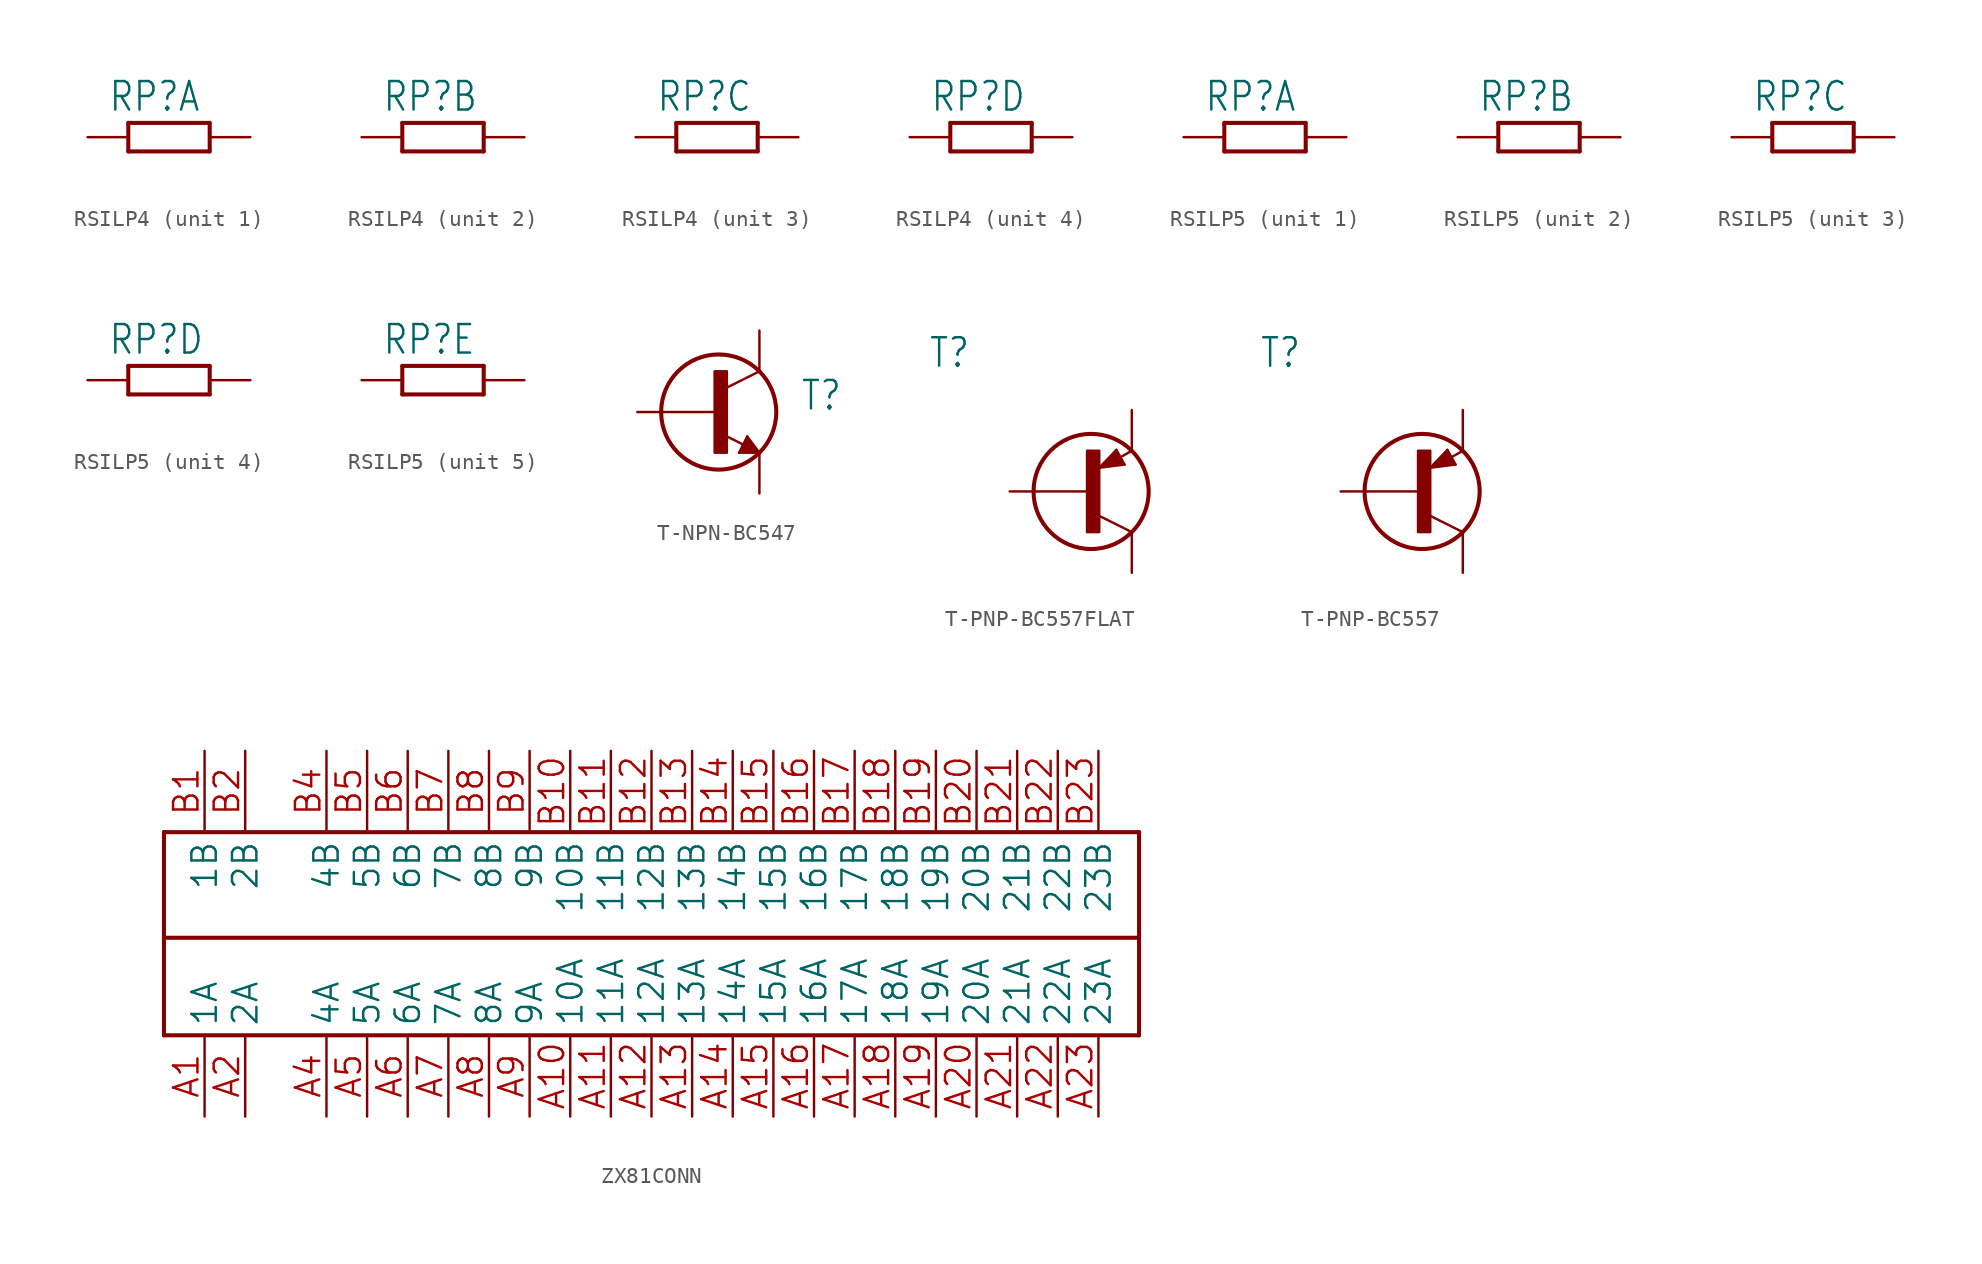
<source format=kicad_sym>
(kicad_symbol_lib
  (version 20241209)
  (generator "kicad_symbol_editor")
  (generator_version "9.0")
  (symbol "RSILP4"
    (property "Reference" "RP"
      (at -3.81 1.499 0)
      (effects (font (size 1.778 1.511)) (justify left bottom)))
    (property "Value" ""
      (at -3.81 -3.302 0)
      (effects (font (size 1.778 1.511)) (justify left bottom)))
    (property "ki_locked" ""
      (at 0 0 0)
      (effects (font (size 1.27 1.27))))
    (symbol "RSILP4_1_0"
      (polyline (pts (xy -2.54 -0.889) (xy -2.54 0.889)) (stroke (width 0.254) (type solid)) (fill (type none)))
      (polyline (pts (xy -2.54 -0.889) (xy 2.54 -0.889)) (stroke (width 0.254) (type solid)) (fill (type none)))
      (polyline (pts (xy 2.54 0.889) (xy -2.54 0.889)) (stroke (width 0.254) (type solid)) (fill (type none)))
      (polyline (pts (xy 2.54 -0.889) (xy 2.54 0.889)) (stroke (width 0.254) (type solid)) (fill (type none)))
      (pin passive line (at -5.08 0 0) (length 2.54) (name "1" (effects (font (size 0 0)))) (number "1" (effects (font (size 0 0)))))
      (pin passive line (at 5.08 0 180) (length 2.54) (name "2" (effects (font (size 0 0)))) (number "2" (effects (font (size 0 0))))))
    (symbol "RSILP4_2_0"
      (polyline (pts (xy -2.54 -0.889) (xy -2.54 0.889)) (stroke (width 0.254) (type solid)) (fill (type none)))
      (polyline (pts (xy -2.54 -0.889) (xy 2.54 -0.889)) (stroke (width 0.254) (type solid)) (fill (type none)))
      (polyline (pts (xy 2.54 0.889) (xy -2.54 0.889)) (stroke (width 0.254) (type solid)) (fill (type none)))
      (polyline (pts (xy 2.54 -0.889) (xy 2.54 0.889)) (stroke (width 0.254) (type solid)) (fill (type none)))
      (pin passive line (at -5.08 0 0) (length 2.54) (name "1" (effects (font (size 0 0)))) (number "3" (effects (font (size 0 0)))))
      (pin passive line (at 5.08 0 180) (length 2.54) (name "2" (effects (font (size 0 0)))) (number "4" (effects (font (size 0 0))))))
    (symbol "RSILP4_3_0"
      (polyline (pts (xy -2.54 -0.889) (xy -2.54 0.889)) (stroke (width 0.254) (type solid)) (fill (type none)))
      (polyline (pts (xy -2.54 -0.889) (xy 2.54 -0.889)) (stroke (width 0.254) (type solid)) (fill (type none)))
      (polyline (pts (xy 2.54 0.889) (xy -2.54 0.889)) (stroke (width 0.254) (type solid)) (fill (type none)))
      (polyline (pts (xy 2.54 -0.889) (xy 2.54 0.889)) (stroke (width 0.254) (type solid)) (fill (type none)))
      (pin passive line (at -5.08 0 0) (length 2.54) (name "1" (effects (font (size 0 0)))) (number "5" (effects (font (size 0 0)))))
      (pin passive line (at 5.08 0 180) (length 2.54) (name "2" (effects (font (size 0 0)))) (number "6" (effects (font (size 0 0))))))
    (symbol "RSILP4_4_0"
      (polyline (pts (xy -2.54 -0.889) (xy -2.54 0.889)) (stroke (width 0.254) (type solid)) (fill (type none)))
      (polyline (pts (xy -2.54 -0.889) (xy 2.54 -0.889)) (stroke (width 0.254) (type solid)) (fill (type none)))
      (polyline (pts (xy 2.54 0.889) (xy -2.54 0.889)) (stroke (width 0.254) (type solid)) (fill (type none)))
      (polyline (pts (xy 2.54 -0.889) (xy 2.54 0.889)) (stroke (width 0.254) (type solid)) (fill (type none)))
      (pin passive line (at -5.08 0 0) (length 2.54) (name "1" (effects (font (size 0 0)))) (number "7" (effects (font (size 0 0)))))
      (pin passive line (at 5.08 0 180) (length 2.54) (name "2" (effects (font (size 0 0)))) (number "8" (effects (font (size 0 0)))))))
  (symbol "RSILP5"
    (property "Reference" "RP"
      (at -3.81 1.499 0)
      (effects (font (size 1.778 1.511)) (justify left bottom)))
    (property "Value" ""
      (at -3.81 -3.302 0)
      (effects (font (size 1.778 1.511)) (justify left bottom)))
    (property "ki_locked" ""
      (at 0 0 0)
      (effects (font (size 1.27 1.27))))
    (symbol "RSILP5_1_0"
      (polyline (pts (xy -2.54 -0.889) (xy -2.54 0.889)) (stroke (width 0.254) (type solid)) (fill (type none)))
      (polyline (pts (xy -2.54 -0.889) (xy 2.54 -0.889)) (stroke (width 0.254) (type solid)) (fill (type none)))
      (polyline (pts (xy 2.54 0.889) (xy -2.54 0.889)) (stroke (width 0.254) (type solid)) (fill (type none)))
      (polyline (pts (xy 2.54 -0.889) (xy 2.54 0.889)) (stroke (width 0.254) (type solid)) (fill (type none)))
      (pin passive line (at -5.08 0 0) (length 2.54) (name "1" (effects (font (size 0 0)))) (number "1" (effects (font (size 0 0)))))
      (pin passive line (at 5.08 0 180) (length 2.54) (name "2" (effects (font (size 0 0)))) (number "2" (effects (font (size 0 0))))))
    (symbol "RSILP5_2_0"
      (polyline (pts (xy -2.54 -0.889) (xy -2.54 0.889)) (stroke (width 0.254) (type solid)) (fill (type none)))
      (polyline (pts (xy -2.54 -0.889) (xy 2.54 -0.889)) (stroke (width 0.254) (type solid)) (fill (type none)))
      (polyline (pts (xy 2.54 0.889) (xy -2.54 0.889)) (stroke (width 0.254) (type solid)) (fill (type none)))
      (polyline (pts (xy 2.54 -0.889) (xy 2.54 0.889)) (stroke (width 0.254) (type solid)) (fill (type none)))
      (pin passive line (at -5.08 0 0) (length 2.54) (name "1" (effects (font (size 0 0)))) (number "3" (effects (font (size 0 0)))))
      (pin passive line (at 5.08 0 180) (length 2.54) (name "2" (effects (font (size 0 0)))) (number "4" (effects (font (size 0 0))))))
    (symbol "RSILP5_3_0"
      (polyline (pts (xy -2.54 -0.889) (xy -2.54 0.889)) (stroke (width 0.254) (type solid)) (fill (type none)))
      (polyline (pts (xy -2.54 -0.889) (xy 2.54 -0.889)) (stroke (width 0.254) (type solid)) (fill (type none)))
      (polyline (pts (xy 2.54 0.889) (xy -2.54 0.889)) (stroke (width 0.254) (type solid)) (fill (type none)))
      (polyline (pts (xy 2.54 -0.889) (xy 2.54 0.889)) (stroke (width 0.254) (type solid)) (fill (type none)))
      (pin passive line (at -5.08 0 0) (length 2.54) (name "1" (effects (font (size 0 0)))) (number "5" (effects (font (size 0 0)))))
      (pin passive line (at 5.08 0 180) (length 2.54) (name "2" (effects (font (size 0 0)))) (number "6" (effects (font (size 0 0))))))
    (symbol "RSILP5_4_0"
      (polyline (pts (xy -2.54 -0.889) (xy -2.54 0.889)) (stroke (width 0.254) (type solid)) (fill (type none)))
      (polyline (pts (xy -2.54 -0.889) (xy 2.54 -0.889)) (stroke (width 0.254) (type solid)) (fill (type none)))
      (polyline (pts (xy 2.54 0.889) (xy -2.54 0.889)) (stroke (width 0.254) (type solid)) (fill (type none)))
      (polyline (pts (xy 2.54 -0.889) (xy 2.54 0.889)) (stroke (width 0.254) (type solid)) (fill (type none)))
      (pin passive line (at -5.08 0 0) (length 2.54) (name "1" (effects (font (size 0 0)))) (number "7" (effects (font (size 0 0)))))
      (pin passive line (at 5.08 0 180) (length 2.54) (name "2" (effects (font (size 0 0)))) (number "8" (effects (font (size 0 0))))))
    (symbol "RSILP5_5_0"
      (polyline (pts (xy -2.54 -0.889) (xy -2.54 0.889)) (stroke (width 0.254) (type solid)) (fill (type none)))
      (polyline (pts (xy -2.54 -0.889) (xy 2.54 -0.889)) (stroke (width 0.254) (type solid)) (fill (type none)))
      (polyline (pts (xy 2.54 0.889) (xy -2.54 0.889)) (stroke (width 0.254) (type solid)) (fill (type none)))
      (polyline (pts (xy 2.54 -0.889) (xy 2.54 0.889)) (stroke (width 0.254) (type solid)) (fill (type none)))
      (pin passive line (at -5.08 0 0) (length 2.54) (name "1" (effects (font (size 0 0)))) (number "9" (effects (font (size 0 0)))))
      (pin passive line (at 5.08 0 180) (length 2.54) (name "2" (effects (font (size 0 0)))) (number "10" (effects (font (size 0 0)))))))
  (symbol "T-NPN-BC547"
    (property "Reference" "T"
      (at 5.08 0 0)
      (effects (font (size 1.778 1.511)) (justify left bottom)))
    (property "Value" ""
      (at 5.08 -2.54 0)
      (effects (font (size 1.778 1.511)) (justify left bottom)))
    (property "ki_locked" ""
      (at 0 0 0)
      (effects (font (size 1.27 1.27))))
    (symbol "T-NPN-BC547_1_0"
      (rectangle (start -0.254 -2.54) (end 0.508 2.54) (stroke (width 0) (type default)) (fill (type outline)))
      (circle (center 0 0) (radius 3.592) (stroke (width 0.254) (type solid)) (fill (type none)))
      (polyline (pts (xy 1.27 -2.54) (xy 1.778 -1.524)) (stroke (width 0.152) (type solid)) (fill (type none)))
      (polyline (pts (xy 1.524 -2.286) (xy 1.905 -2.286)) (stroke (width 0.254) (type solid)) (fill (type none)))
      (polyline (pts (xy 1.524 -2.413) (xy 2.286 -2.413)) (stroke (width 0.254) (type solid)) (fill (type none)))
      (polyline (pts (xy 1.54 -2.04) (xy 0.308 -1.424)) (stroke (width 0.152) (type solid)) (fill (type none)))
      (polyline (pts (xy 1.778 -1.524) (xy 2.54 -2.54)) (stroke (width 0.152) (type solid)) (fill (type none)))
      (polyline (pts (xy 1.778 -1.778) (xy 1.524 -2.286)) (stroke (width 0.254) (type solid)) (fill (type none)))
      (polyline (pts (xy 1.905 -2.286) (xy 1.778 -2.032)) (stroke (width 0.254) (type solid)) (fill (type none)))
      (polyline (pts (xy 2.286 -2.413) (xy 1.778 -1.778)) (stroke (width 0.254) (type solid)) (fill (type none)))
      (polyline (pts (xy 2.54 2.54) (xy 0.508 1.524)) (stroke (width 0.152) (type solid)) (fill (type none)))
      (polyline (pts (xy 2.54 -2.54) (xy 1.27 -2.54)) (stroke (width 0.152) (type solid)) (fill (type none)))
      (pin passive line (at -5.08 0 0) (length 5.08) (name "B" (effects (font (size 0 0)))) (number "B" (effects (font (size 0 0)))))
      (pin passive line (at 2.54 5.08 270) (length 2.54) (name "C" (effects (font (size 0 0)))) (number "C" (effects (font (size 0 0)))))
      (pin passive line (at 2.54 -5.08 90) (length 2.54) (name "E" (effects (font (size 0 0)))) (number "E" (effects (font (size 0 0)))))))
  (symbol "T-PNP-BC557FLAT"
    (property "Reference" "T"
      (at -10.16 7.62 0)
      (effects (font (size 1.778 1.511)) (justify left bottom)))
    (property "Value" ""
      (at -10.16 5.08 0)
      (effects (font (size 1.778 1.511)) (justify left bottom)))
    (property "ki_locked" ""
      (at 0 0 0)
      (effects (font (size 1.27 1.27))))
    (symbol "T-PNP-BC557FLAT_1_0"
      (rectangle (start -0.254 -2.54) (end 0.508 2.54) (stroke (width 0) (type default)) (fill (type outline)))
      (circle (center 0 0) (radius 3.592) (stroke (width 0.254) (type solid)) (fill (type none)))
      (polyline (pts (xy 0.516 1.478) (xy 2.086 1.678)) (stroke (width 0.152) (type solid)) (fill (type none)))
      (polyline (pts (xy 0.762 1.651) (xy 1.778 1.778)) (stroke (width 0.254) (type solid)) (fill (type none)))
      (polyline (pts (xy 1.143 1.905) (xy 1.524 1.905)) (stroke (width 0.254) (type solid)) (fill (type none)))
      (polyline (pts (xy 1.524 2.413) (xy 0.762 1.651)) (stroke (width 0.254) (type solid)) (fill (type none)))
      (polyline (pts (xy 1.524 2.159) (xy 1.143 1.905)) (stroke (width 0.254) (type solid)) (fill (type none)))
      (polyline (pts (xy 1.578 2.594) (xy 0.516 1.478)) (stroke (width 0.152) (type solid)) (fill (type none)))
      (polyline (pts (xy 1.778 1.778) (xy 1.524 2.159)) (stroke (width 0.254) (type solid)) (fill (type none)))
      (polyline (pts (xy 1.905 1.778) (xy 1.524 2.413)) (stroke (width 0.254) (type solid)) (fill (type none)))
      (polyline (pts (xy 2.086 1.678) (xy 1.578 2.594)) (stroke (width 0.152) (type solid)) (fill (type none)))
      (polyline (pts (xy 2.54 2.54) (xy 1.808 2.124)) (stroke (width 0.152) (type solid)) (fill (type none)))
      (polyline (pts (xy 2.54 -2.54) (xy 0.508 -1.524)) (stroke (width 0.152) (type solid)) (fill (type none)))
      (pin passive line (at -5.08 0 0) (length 5.08) (name "B" (effects (font (size 0 0)))) (number "B" (effects (font (size 0 0)))))
      (pin passive line (at 2.54 5.08 270) (length 2.54) (name "E" (effects (font (size 0 0)))) (number "E" (effects (font (size 0 0)))))
      (pin passive line (at 2.54 -5.08 90) (length 2.54) (name "C" (effects (font (size 0 0)))) (number "C" (effects (font (size 0 0)))))))
  (symbol "T-PNP-BC557"
    (property "Reference" "T"
      (at -10.16 7.62 0)
      (effects (font (size 1.778 1.511)) (justify left bottom)))
    (property "Value" ""
      (at -10.16 5.08 0)
      (effects (font (size 1.778 1.511)) (justify left bottom)))
    (property "ki_locked" ""
      (at 0 0 0)
      (effects (font (size 1.27 1.27))))
    (symbol "T-PNP-BC557_1_0"
      (rectangle (start -0.254 -2.54) (end 0.508 2.54) (stroke (width 0) (type default)) (fill (type outline)))
      (circle (center 0 0) (radius 3.592) (stroke (width 0.254) (type solid)) (fill (type none)))
      (polyline (pts (xy 0.516 1.478) (xy 2.086 1.678)) (stroke (width 0.152) (type solid)) (fill (type none)))
      (polyline (pts (xy 0.762 1.651) (xy 1.778 1.778)) (stroke (width 0.254) (type solid)) (fill (type none)))
      (polyline (pts (xy 1.143 1.905) (xy 1.524 1.905)) (stroke (width 0.254) (type solid)) (fill (type none)))
      (polyline (pts (xy 1.524 2.413) (xy 0.762 1.651)) (stroke (width 0.254) (type solid)) (fill (type none)))
      (polyline (pts (xy 1.524 2.159) (xy 1.143 1.905)) (stroke (width 0.254) (type solid)) (fill (type none)))
      (polyline (pts (xy 1.578 2.594) (xy 0.516 1.478)) (stroke (width 0.152) (type solid)) (fill (type none)))
      (polyline (pts (xy 1.778 1.778) (xy 1.524 2.159)) (stroke (width 0.254) (type solid)) (fill (type none)))
      (polyline (pts (xy 1.905 1.778) (xy 1.524 2.413)) (stroke (width 0.254) (type solid)) (fill (type none)))
      (polyline (pts (xy 2.086 1.678) (xy 1.578 2.594)) (stroke (width 0.152) (type solid)) (fill (type none)))
      (polyline (pts (xy 2.54 2.54) (xy 1.808 2.124)) (stroke (width 0.152) (type solid)) (fill (type none)))
      (polyline (pts (xy 2.54 -2.54) (xy 0.508 -1.524)) (stroke (width 0.152) (type solid)) (fill (type none)))
      (pin passive line (at -5.08 0 0) (length 5.08) (name "B" (effects (font (size 0 0)))) (number "B" (effects (font (size 0 0)))))
      (pin passive line (at 2.54 5.08 270) (length 2.54) (name "E" (effects (font (size 0 0)))) (number "E" (effects (font (size 0 0)))))
      (pin passive line (at 2.54 -5.08 90) (length 2.54) (name "C" (effects (font (size 0 0)))) (number "C" (effects (font (size 0 0)))))))
  (symbol "ZX81CONN"
    (property "Reference" "K"
      (at 0 0 0)
      (effects (font (size 1.27 1.27)) (hide yes)))
    (property "ki_locked" ""
      (at 0 0 0)
      (effects (font (size 1.27 1.27))))
    (symbol "ZX81CONN_1_0"
      (polyline (pts (xy -30.48 5.08) (xy 30.48 5.08)) (stroke (width 0.254) (type solid)) (fill (type none)))
      (polyline (pts (xy -30.48 -1.524) (xy -30.48 5.08)) (stroke (width 0.254) (type solid)) (fill (type none)))
      (polyline (pts (xy -30.48 -1.524) (xy 30.48 -1.524)) (stroke (width 0.254) (type solid)) (fill (type none)))
      (polyline (pts (xy -30.48 -7.62) (xy -30.48 -1.524)) (stroke (width 0.254) (type solid)) (fill (type none)))
      (polyline (pts (xy 30.48 5.08) (xy 30.48 -1.524)) (stroke (width 0.254) (type solid)) (fill (type none)))
      (polyline (pts (xy 30.48 -1.524) (xy 30.48 -7.62)) (stroke (width 0.254) (type solid)) (fill (type none)))
      (polyline (pts (xy 30.48 -7.62) (xy -30.48 -7.62)) (stroke (width 0.254) (type solid)) (fill (type none)))
      (pin bidirectional line (at -27.94 10.16 270) (length 5.08) (name "1B" (effects (font (size 1.524 1.524)))) (number "B1" (effects (font (size 1.524 1.524)))))
      (pin bidirectional line (at -27.94 -12.7 90) (length 5.08) (name "1A" (effects (font (size 1.524 1.524)))) (number "A1" (effects (font (size 1.524 1.524)))))
      (pin bidirectional line (at -25.4 10.16 270) (length 5.08) (name "2B" (effects (font (size 1.524 1.524)))) (number "B2" (effects (font (size 1.524 1.524)))))
      (pin bidirectional line (at -25.4 -12.7 90) (length 5.08) (name "2A" (effects (font (size 1.524 1.524)))) (number "A2" (effects (font (size 1.524 1.524)))))
      (pin bidirectional line (at -20.32 10.16 270) (length 5.08) (name "4B" (effects (font (size 1.524 1.524)))) (number "B4" (effects (font (size 1.524 1.524)))))
      (pin bidirectional line (at -20.32 -12.7 90) (length 5.08) (name "4A" (effects (font (size 1.524 1.524)))) (number "A4" (effects (font (size 1.524 1.524)))))
      (pin bidirectional line (at -17.78 10.16 270) (length 5.08) (name "5B" (effects (font (size 1.524 1.524)))) (number "B5" (effects (font (size 1.524 1.524)))))
      (pin bidirectional line (at -17.78 -12.7 90) (length 5.08) (name "5A" (effects (font (size 1.524 1.524)))) (number "A5" (effects (font (size 1.524 1.524)))))
      (pin bidirectional line (at -15.24 10.16 270) (length 5.08) (name "6B" (effects (font (size 1.524 1.524)))) (number "B6" (effects (font (size 1.524 1.524)))))
      (pin bidirectional line (at -15.24 -12.7 90) (length 5.08) (name "6A" (effects (font (size 1.524 1.524)))) (number "A6" (effects (font (size 1.524 1.524)))))
      (pin bidirectional line (at -12.7 10.16 270) (length 5.08) (name "7B" (effects (font (size 1.524 1.524)))) (number "B7" (effects (font (size 1.524 1.524)))))
      (pin bidirectional line (at -12.7 -12.7 90) (length 5.08) (name "7A" (effects (font (size 1.524 1.524)))) (number "A7" (effects (font (size 1.524 1.524)))))
      (pin bidirectional line (at -10.16 10.16 270) (length 5.08) (name "8B" (effects (font (size 1.524 1.524)))) (number "B8" (effects (font (size 1.524 1.524)))))
      (pin bidirectional line (at -10.16 -12.7 90) (length 5.08) (name "8A" (effects (font (size 1.524 1.524)))) (number "A8" (effects (font (size 1.524 1.524)))))
      (pin bidirectional line (at -7.62 10.16 270) (length 5.08) (name "9B" (effects (font (size 1.524 1.524)))) (number "B9" (effects (font (size 1.524 1.524)))))
      (pin bidirectional line (at -7.62 -12.7 90) (length 5.08) (name "9A" (effects (font (size 1.524 1.524)))) (number "A9" (effects (font (size 1.524 1.524)))))
      (pin bidirectional line (at -5.08 10.16 270) (length 5.08) (name "10B" (effects (font (size 1.524 1.524)))) (number "B10" (effects (font (size 1.524 1.524)))))
      (pin bidirectional line (at -5.08 -12.7 90) (length 5.08) (name "10A" (effects (font (size 1.524 1.524)))) (number "A10" (effects (font (size 1.524 1.524)))))
      (pin bidirectional line (at -2.54 10.16 270) (length 5.08) (name "11B" (effects (font (size 1.524 1.524)))) (number "B11" (effects (font (size 1.524 1.524)))))
      (pin bidirectional line (at -2.54 -12.7 90) (length 5.08) (name "11A" (effects (font (size 1.524 1.524)))) (number "A11" (effects (font (size 1.524 1.524)))))
      (pin bidirectional line (at 0 10.16 270) (length 5.08) (name "12B" (effects (font (size 1.524 1.524)))) (number "B12" (effects (font (size 1.524 1.524)))))
      (pin bidirectional line (at 0 -12.7 90) (length 5.08) (name "12A" (effects (font (size 1.524 1.524)))) (number "A12" (effects (font (size 1.524 1.524)))))
      (pin bidirectional line (at 2.54 10.16 270) (length 5.08) (name "13B" (effects (font (size 1.524 1.524)))) (number "B13" (effects (font (size 1.524 1.524)))))
      (pin bidirectional line (at 2.54 -12.7 90) (length 5.08) (name "13A" (effects (font (size 1.524 1.524)))) (number "A13" (effects (font (size 1.524 1.524)))))
      (pin bidirectional line (at 5.08 10.16 270) (length 5.08) (name "14B" (effects (font (size 1.524 1.524)))) (number "B14" (effects (font (size 1.524 1.524)))))
      (pin bidirectional line (at 5.08 -12.7 90) (length 5.08) (name "14A" (effects (font (size 1.524 1.524)))) (number "A14" (effects (font (size 1.524 1.524)))))
      (pin bidirectional line (at 7.62 10.16 270) (length 5.08) (name "15B" (effects (font (size 1.524 1.524)))) (number "B15" (effects (font (size 1.524 1.524)))))
      (pin bidirectional line (at 7.62 -12.7 90) (length 5.08) (name "15A" (effects (font (size 1.524 1.524)))) (number "A15" (effects (font (size 1.524 1.524)))))
      (pin bidirectional line (at 10.16 10.16 270) (length 5.08) (name "16B" (effects (font (size 1.524 1.524)))) (number "B16" (effects (font (size 1.524 1.524)))))
      (pin bidirectional line (at 10.16 -12.7 90) (length 5.08) (name "16A" (effects (font (size 1.524 1.524)))) (number "A16" (effects (font (size 1.524 1.524)))))
      (pin bidirectional line (at 12.7 10.16 270) (length 5.08) (name "17B" (effects (font (size 1.524 1.524)))) (number "B17" (effects (font (size 1.524 1.524)))))
      (pin bidirectional line (at 12.7 -12.7 90) (length 5.08) (name "17A" (effects (font (size 1.524 1.524)))) (number "A17" (effects (font (size 1.524 1.524)))))
      (pin bidirectional line (at 15.24 10.16 270) (length 5.08) (name "18B" (effects (font (size 1.524 1.524)))) (number "B18" (effects (font (size 1.524 1.524)))))
      (pin bidirectional line (at 15.24 -12.7 90) (length 5.08) (name "18A" (effects (font (size 1.524 1.524)))) (number "A18" (effects (font (size 1.524 1.524)))))
      (pin bidirectional line (at 17.78 10.16 270) (length 5.08) (name "19B" (effects (font (size 1.524 1.524)))) (number "B19" (effects (font (size 1.524 1.524)))))
      (pin bidirectional line (at 17.78 -12.7 90) (length 5.08) (name "19A" (effects (font (size 1.524 1.524)))) (number "A19" (effects (font (size 1.524 1.524)))))
      (pin bidirectional line (at 20.32 10.16 270) (length 5.08) (name "20B" (effects (font (size 1.524 1.524)))) (number "B20" (effects (font (size 1.524 1.524)))))
      (pin bidirectional line (at 20.32 -12.7 90) (length 5.08) (name "20A" (effects (font (size 1.524 1.524)))) (number "A20" (effects (font (size 1.524 1.524)))))
      (pin bidirectional line (at 22.86 10.16 270) (length 5.08) (name "21B" (effects (font (size 1.524 1.524)))) (number "B21" (effects (font (size 1.524 1.524)))))
      (pin bidirectional line (at 22.86 -12.7 90) (length 5.08) (name "21A" (effects (font (size 1.524 1.524)))) (number "A21" (effects (font (size 1.524 1.524)))))
      (pin bidirectional line (at 25.4 10.16 270) (length 5.08) (name "22B" (effects (font (size 1.524 1.524)))) (number "B22" (effects (font (size 1.524 1.524)))))
      (pin bidirectional line (at 25.4 -12.7 90) (length 5.08) (name "22A" (effects (font (size 1.524 1.524)))) (number "A22" (effects (font (size 1.524 1.524)))))
      (pin bidirectional line (at 27.94 10.16 270) (length 5.08) (name "23B" (effects (font (size 1.524 1.524)))) (number "B23" (effects (font (size 1.524 1.524)))))
      (pin bidirectional line (at 27.94 -12.7 90) (length 5.08) (name "23A" (effects (font (size 1.524 1.524)))) (number "A23" (effects (font (size 1.524 1.524))))))))
</source>
